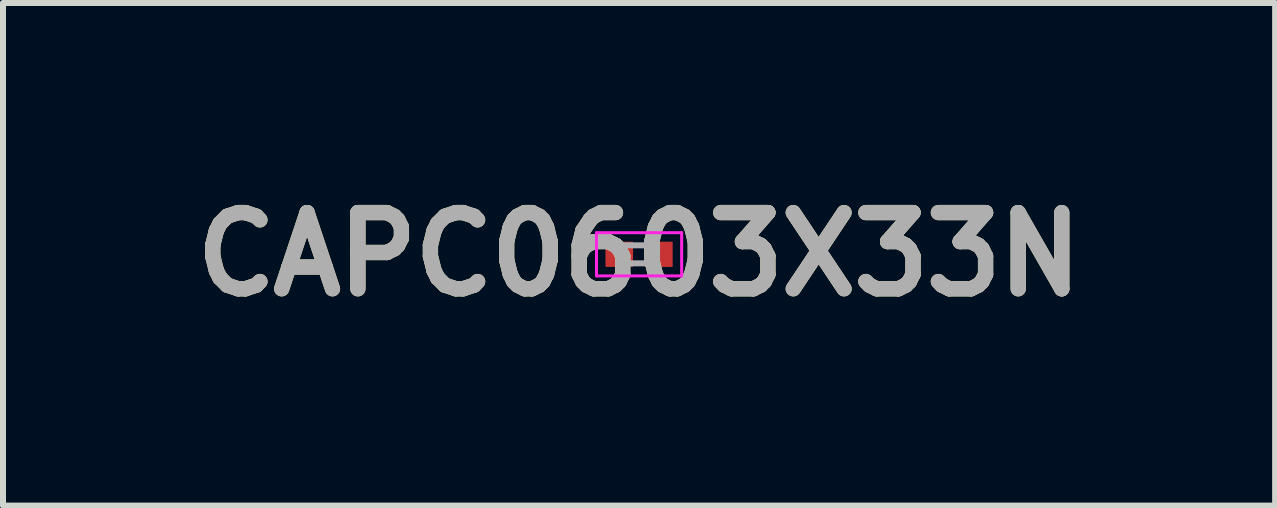
<source format=kicad_pcb>
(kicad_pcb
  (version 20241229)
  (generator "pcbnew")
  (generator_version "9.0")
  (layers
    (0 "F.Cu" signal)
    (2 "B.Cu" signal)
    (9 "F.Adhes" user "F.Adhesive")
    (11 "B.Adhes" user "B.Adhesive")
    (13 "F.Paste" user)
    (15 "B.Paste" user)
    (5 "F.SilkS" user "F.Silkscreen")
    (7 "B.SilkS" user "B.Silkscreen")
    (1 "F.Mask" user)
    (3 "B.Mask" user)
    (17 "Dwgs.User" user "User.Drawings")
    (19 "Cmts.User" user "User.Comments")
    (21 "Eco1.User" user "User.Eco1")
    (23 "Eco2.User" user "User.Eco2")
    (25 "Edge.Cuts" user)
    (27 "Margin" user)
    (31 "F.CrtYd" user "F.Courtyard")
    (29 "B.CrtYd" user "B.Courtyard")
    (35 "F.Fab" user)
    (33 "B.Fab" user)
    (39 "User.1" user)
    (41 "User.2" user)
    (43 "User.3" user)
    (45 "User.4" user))
  (footprint "CAPC0603X33N"
    (layer "F.Cu")
    (at 7.602 1.189)
    (property "Reference" "CAPC0603X33N" (at 0 0 0) (layer "F.SilkS") (effects (font (size 1.27 1.27) (thickness 0.254))))
    (attr smd)
    (fp_line (start -0.71 -0.36) (end 0.71 -0.36) (stroke (width 0.05) (type solid)) (layer "F.CrtYd"))
    (fp_line (start -0.71 0.36) (end -0.71 -0.36) (stroke (width 0.05) (type solid)) (layer "F.CrtYd"))
    (fp_line (start 0.71 -0.36) (end 0.71 0.36) (stroke (width 0.05) (type solid)) (layer "F.CrtYd"))
    (fp_line (start 0.71 0.36) (end -0.71 0.36) (stroke (width 0.05) (type solid)) (layer "F.CrtYd"))
    (fp_line (start -0.3 -0.15) (end 0.3 -0.15) (stroke (width 0.1) (type solid)) (layer "F.Fab"))
    (fp_line (start -0.3 0.15) (end -0.3 -0.15) (stroke (width 0.1) (type solid)) (layer "F.Fab"))
    (fp_line (start 0.3 -0.15) (end 0.3 0.15) (stroke (width 0.1) (type solid)) (layer "F.Fab"))
    (fp_line (start 0.3 0.15) (end -0.3 0.15) (stroke (width 0.1) (type solid)) (layer "F.Fab"))
    (fp_text user "${REFERENCE}" (at 0 0 0) (layer "F.Fab") (effects (font (size 1.27 1.27) (thickness 0.254))))
    (pad "1" smd rect (at -0.33 0 90) (size 0.42 0.46) (layers "F.Cu" "F.Mask" "F.Paste"))
    (pad "2" smd rect (at 0.33 0 90) (size 0.42 0.46) (layers "F.Cu" "F.Mask" "F.Paste")))
  (gr_rect
    (start -3 -3)
    (end 18.204 5.377)
    (stroke (width 0.1) (type default))
    (fill no)
    (layer "Edge.Cuts")))
</source>
